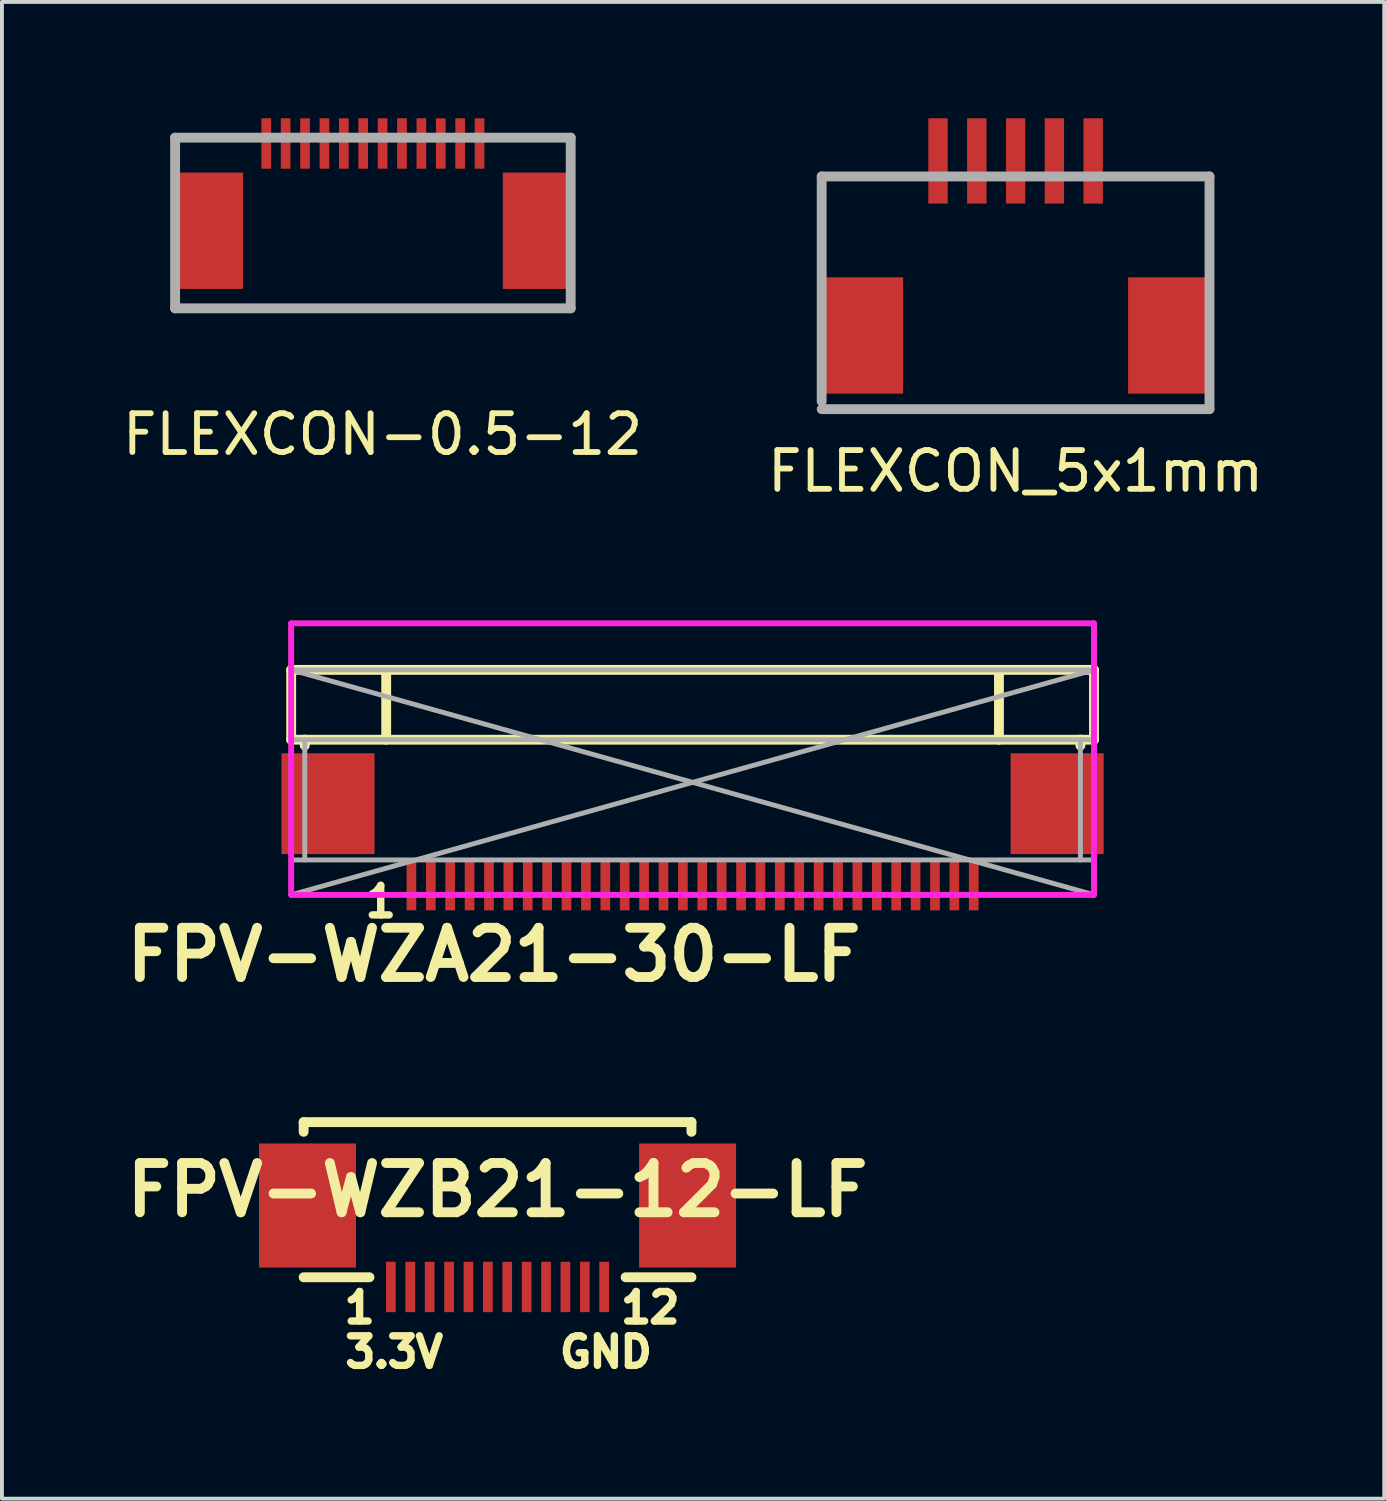
<source format=kicad_pcb>
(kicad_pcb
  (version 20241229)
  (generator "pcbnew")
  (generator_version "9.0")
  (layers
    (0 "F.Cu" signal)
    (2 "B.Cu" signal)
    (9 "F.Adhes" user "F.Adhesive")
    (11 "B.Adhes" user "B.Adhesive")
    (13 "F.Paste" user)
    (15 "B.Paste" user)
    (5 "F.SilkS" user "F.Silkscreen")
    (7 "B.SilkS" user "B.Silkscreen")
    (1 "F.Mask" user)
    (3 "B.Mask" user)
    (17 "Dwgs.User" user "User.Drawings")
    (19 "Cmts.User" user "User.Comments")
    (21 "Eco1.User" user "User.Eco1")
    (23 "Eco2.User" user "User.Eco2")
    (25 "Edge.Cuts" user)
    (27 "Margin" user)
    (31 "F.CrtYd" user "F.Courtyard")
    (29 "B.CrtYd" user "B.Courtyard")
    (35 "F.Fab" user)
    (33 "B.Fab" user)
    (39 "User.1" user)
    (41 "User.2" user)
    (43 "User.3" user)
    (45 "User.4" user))
  (footprint "FLEXCON_5x1mm"
    (layer "F.Cu")
    (at 23.137 7.1)
    (property "Reference" "FLEXCON_5x1mm" (at 0 2 180) (layer "F.SilkS") (effects (font (size 1 1) (thickness 0.15))))
    (attr smd)
    (fp_line (start -5 -5.6) (end -5 0.2) (stroke (width 0.254) (type solid)) (layer "F.Fab"))
    (fp_line (start -5 0.4) (end 5 0.4) (stroke (width 0.254) (type solid)) (layer "F.Fab"))
    (fp_line (start 5 -5.6) (end -5 -5.6) (stroke (width 0.254) (type solid)) (layer "F.Fab"))
    (fp_line (start 5 0.4) (end 5 -5.6) (stroke (width 0.254) (type solid)) (layer "F.Fab"))
    (pad "0" smd rect (at -4 -1.5) (size 2.2 3) (layers "F.Cu" "F.Mask" "F.Paste"))
    (pad "0" smd rect (at 4 -1.5) (size 2.2 3) (layers "F.Cu" "F.Mask" "F.Paste"))
    (pad "1" smd rect (at -2 -6) (size 0.5 2.2) (layers "F.Cu" "F.Mask" "F.Paste"))
    (pad "2" smd rect (at -1 -6) (size 0.5 2.2) (layers "F.Cu" "F.Mask" "F.Paste"))
    (pad "3" smd rect (at 0 -6) (size 0.5 2.2) (layers "F.Cu" "F.Mask" "F.Paste"))
    (pad "4" smd rect (at 1 -6) (size 0.5 2.2) (layers "F.Cu" "F.Mask" "F.Paste"))
    (pad "5" smd rect (at 2 -6) (size 0.5 2.2) (layers "F.Cu" "F.Mask" "F.Paste")))
  (footprint "FPV-WZB21-12-LF"
    (layer "F.Cu")
    (at 9.779 28.384)
    (property "Reference" "FPV-WZB21-12-LF" (at 0 -0.75 0) (layer "F.SilkS") (effects (font (size 1.27 1.27) (thickness 0.254))))
    (attr smd)
    (fp_line (start -5 -2.5) (end -5 -2.25) (stroke (width 0.254) (type solid)) (layer "F.SilkS"))
    (fp_line (start -5 1.5) (end -3.302 1.5) (stroke (width 0.254) (type solid)) (layer "F.SilkS"))
    (fp_line (start 3.302 1.5) (end 5 1.5) (stroke (width 0.254) (type solid)) (layer "F.SilkS"))
    (fp_line (start 5 -2.5) (end -5 -2.5) (stroke (width 0.254) (type solid)) (layer "F.SilkS"))
    (fp_line (start 5 -2.25) (end 5 -2.5) (stroke (width 0.254) (type solid)) (layer "F.SilkS"))
    (fp_text user "3.3V" (at -2.667 3.429 0) (layer "F.SilkS") (effects (font (size 0.762 0.762) (thickness 0.191))))
    (fp_text user "GND" (at 2.794 3.429 0) (layer "F.SilkS") (effects (font (size 0.762 0.762) (thickness 0.191))))
    (fp_text user "12" (at 3.937 2.286 0) (layer "F.SilkS") (effects (font (size 0.762 0.762) (thickness 0.191))))
    (fp_text user "1" (at -3.556 2.286 0) (layer "F.SilkS") (effects (font (size 0.762 0.762) (thickness 0.191))))
    (pad "0" smd rect (at -4.9 -0.35 180) (size 2.5 3.2) (layers "F.Cu" "F.Mask" "F.Paste"))
    (pad "0" smd rect (at 4.9 -0.35 180) (size 2.5 3.2) (layers "F.Cu" "F.Mask" "F.Paste"))
    (pad "1" smd rect (at -2.75 1.75 180) (size 0.25 1.3) (layers "F.Cu" "F.Mask" "F.Paste"))
    (pad "2" smd rect (at -2.25 1.75 180) (size 0.25 1.3) (layers "F.Cu" "F.Mask" "F.Paste"))
    (pad "3" smd rect (at -1.75 1.75 180) (size 0.25 1.3) (layers "F.Cu" "F.Mask" "F.Paste"))
    (pad "4" smd rect (at -1.25 1.75 180) (size 0.25 1.3) (layers "F.Cu" "F.Mask" "F.Paste"))
    (pad "5" smd rect (at -0.75 1.75 180) (size 0.25 1.3) (layers "F.Cu" "F.Mask" "F.Paste"))
    (pad "6" smd rect (at -0.25 1.75 180) (size 0.25 1.3) (layers "F.Cu" "F.Mask" "F.Paste"))
    (pad "7" smd rect (at 0.25 1.75 180) (size 0.25 1.3) (layers "F.Cu" "F.Mask" "F.Paste"))
    (pad "8" smd rect (at 0.75 1.75 180) (size 0.25 1.3) (layers "F.Cu" "F.Mask" "F.Paste"))
    (pad "9" smd rect (at 1.25 1.75 180) (size 0.25 1.3) (layers "F.Cu" "F.Mask" "F.Paste"))
    (pad "10" smd rect (at 1.75 1.75 180) (size 0.25 1.3) (layers "F.Cu" "F.Mask" "F.Paste"))
    (pad "11" smd rect (at 2.25 1.75 180) (size 0.25 1.3) (layers "F.Cu" "F.Mask" "F.Paste"))
    (pad "12" smd rect (at 2.75 1.75 180) (size 0.25 1.3) (layers "F.Cu" "F.Mask" "F.Paste")))
  (footprint "FLEXCON-0.5-12"
    (layer "F.Cu")
    (at 6.565 4.9)
    (property "Reference" "FLEXCON-0.5-12" (at 0.25 3.25 180) (layer "F.SilkS") (effects (font (size 1 1) (thickness 0.15))))
    (attr smd)
    (fp_line (start -5.1 -4.4) (end -5.1 0) (stroke (width 0.254) (type solid)) (layer "F.Fab"))
    (fp_line (start -5.1 0) (end 5.1 0) (stroke (width 0.254) (type solid)) (layer "F.Fab"))
    (fp_line (start 5.1 -4.4) (end -5.1 -4.4) (stroke (width 0.254) (type solid)) (layer "F.Fab"))
    (fp_line (start 5.1 0) (end 5.1 -4.4) (stroke (width 0.254) (type solid)) (layer "F.Fab"))
    (pad "0" smd rect (at -4.25 -2) (size 1.8 3) (layers "F.Cu" "F.Mask" "F.Paste"))
    (pad "0" smd rect (at 4.25 -2) (size 1.8 3) (layers "F.Cu" "F.Mask" "F.Paste"))
    (pad "1" smd rect (at -2.75 -4.25) (size 0.25 1.3) (layers "F.Cu" "F.Mask" "F.Paste"))
    (pad "2" smd rect (at -2.25 -4.25) (size 0.25 1.3) (layers "F.Cu" "F.Mask" "F.Paste"))
    (pad "3" smd rect (at -1.75 -4.25) (size 0.25 1.3) (layers "F.Cu" "F.Mask" "F.Paste"))
    (pad "4" smd rect (at -1.25 -4.25) (size 0.25 1.3) (layers "F.Cu" "F.Mask" "F.Paste"))
    (pad "5" smd rect (at -0.75 -4.25) (size 0.25 1.3) (layers "F.Cu" "F.Mask" "F.Paste"))
    (pad "6" smd rect (at -0.25 -4.25) (size 0.25 1.3) (layers "F.Cu" "F.Mask" "F.Paste"))
    (pad "7" smd rect (at 0.25 -4.25) (size 0.25 1.3) (layers "F.Cu" "F.Mask" "F.Paste"))
    (pad "8" smd rect (at 0.75 -4.25) (size 0.25 1.3) (layers "F.Cu" "F.Mask" "F.Paste"))
    (pad "9" smd rect (at 1.25 -4.25) (size 0.25 1.3) (layers "F.Cu" "F.Mask" "F.Paste"))
    (pad "10" smd rect (at 1.75 -4.25) (size 0.25 1.3) (layers "F.Cu" "F.Mask" "F.Paste"))
    (pad "11" smd rect (at 2.25 -4.25) (size 0.25 1.3) (layers "F.Cu" "F.Mask" "F.Paste"))
    (pad "12" smd rect (at 2.75 -4.25) (size 0.25 1.3) (layers "F.Cu" "F.Mask" "F.Paste")))
  (footprint "FPV-WZA21-30-LF"
    (layer "F.Cu")
    (at 14.808 17.123)
    (property "Reference" "FPV-WZA21-30-LF" (at -5.12 4.445 0) (layer "F.SilkS") (effects (font (size 1.27 1.27) (thickness 0.254))))
    (attr smd)
    (fp_line (start -10.35 -4.1) (end 10.35 -4.1) (stroke (width 0.127) (type solid)) (layer "F.SilkS"))
    (fp_line (start -10.35 -2.9) (end -10.35 -4.1) (stroke (width 0.127) (type solid)) (layer "F.SilkS"))
    (fp_line (start -10.35 -2.9) (end -10.35 -1.1) (stroke (width 0.254) (type solid)) (layer "F.SilkS"))
    (fp_line (start -10.35 -2.9) (end 10.35 -2.9) (stroke (width 0.254) (type solid)) (layer "F.SilkS"))
    (fp_line (start -10.35 -1.1) (end -10 -1.1) (stroke (width 0.254) (type solid)) (layer "F.SilkS"))
    (fp_line (start -10 -1.1) (end -10 -0.95) (stroke (width 0.254) (type solid)) (layer "F.SilkS"))
    (fp_line (start -10 -1.1) (end 10 -1.1) (stroke (width 0.254) (type solid)) (layer "F.SilkS"))
    (fp_line (start -7.9 -2.9) (end -7.9 -1.1) (stroke (width 0.254) (type solid)) (layer "F.SilkS"))
    (fp_line (start 7.9 -2.9) (end 7.9 -1.1) (stroke (width 0.254) (type solid)) (layer "F.SilkS"))
    (fp_line (start 10 -1.1) (end 10 -0.95) (stroke (width 0.254) (type solid)) (layer "F.SilkS"))
    (fp_line (start 10.35 -4.1) (end 10.35 -2.9) (stroke (width 0.127) (type solid)) (layer "F.SilkS"))
    (fp_line (start 10.35 -2.9) (end 10.35 -1.1) (stroke (width 0.254) (type solid)) (layer "F.SilkS"))
    (fp_line (start 10.35 -1.1) (end 10 -1.1) (stroke (width 0.254) (type solid)) (layer "F.SilkS"))
    (fp_line (start -10.35 -4.1) (end 10.35 -4.1) (stroke (width 0.15) (type solid)) (layer "F.CrtYd"))
    (fp_line (start -10.35 2.9) (end 10.35 2.9) (stroke (width 0.15) (type solid)) (layer "F.CrtYd"))
    (fp_line (start -10.35 2.9) (end -10.35 -4.1) (stroke (width 0.15) (type solid)) (layer "F.CrtYd"))
    (fp_line (start 10.35 -4.1) (end 10.35 2.9) (stroke (width 0.15) (type solid)) (layer "F.CrtYd"))
    (fp_line (start -10.35 -2.9) (end 10.35 -2.9) (stroke (width 0.127) (type solid)) (layer "F.Fab"))
    (fp_line (start -10.35 -2.9) (end 10.35 2.9) (stroke (width 0.127) (type solid)) (layer "F.Fab"))
    (fp_line (start -10.35 -1.1) (end 10.35 -1.1) (stroke (width 0.127) (type solid)) (layer "F.Fab"))
    (fp_line (start -10.35 2) (end 10.35 2) (stroke (width 0.127) (type solid)) (layer "F.Fab"))
    (fp_line (start -10.35 2.9) (end -10.35 -2.9) (stroke (width 0.127) (type solid)) (layer "F.Fab"))
    (fp_line (start -10 -1.1) (end -10 2) (stroke (width 0.127) (type solid)) (layer "F.Fab"))
    (fp_line (start 10 -1.1) (end 10 2) (stroke (width 0.127) (type solid)) (layer "F.Fab"))
    (fp_line (start 10.35 -2.9) (end -10.35 2.9) (stroke (width 0.127) (type solid)) (layer "F.Fab"))
    (fp_line (start 10.35 -2.9) (end 10.35 2.9) (stroke (width 0.127) (type solid)) (layer "F.Fab"))
    (fp_line (start 10.35 2.9) (end -10.35 2.9) (stroke (width 0.127) (type solid)) (layer "F.Fab"))
    (fp_text user "1" (at -8.041 3.075 0) (layer "F.SilkS") (effects (font (size 0.762 0.762) (thickness 0.191))))
    (pad "0" smd rect (at -9.4 0.55 180) (size 2.4 2.6) (layers "F.Cu" "F.Mask" "F.Paste"))
    (pad "0" smd rect (at 9.4 0.55 180) (size 2.4 2.6) (layers "F.Cu" "F.Mask" "F.Paste"))
    (pad "1" smd rect (at -7.25 2.65 180) (size 0.25 1.3) (layers "F.Cu" "F.Mask" "F.Paste"))
    (pad "2" smd rect (at -6.75 2.65 180) (size 0.25 1.3) (layers "F.Cu" "F.Mask" "F.Paste"))
    (pad "3" smd rect (at -6.25 2.65 180) (size 0.25 1.3) (layers "F.Cu" "F.Mask" "F.Paste"))
    (pad "4" smd rect (at -5.75 2.65 180) (size 0.25 1.3) (layers "F.Cu" "F.Mask" "F.Paste"))
    (pad "5" smd rect (at -5.25 2.65 180) (size 0.25 1.3) (layers "F.Cu" "F.Mask" "F.Paste"))
    (pad "6" smd rect (at -4.75 2.65 180) (size 0.25 1.3) (layers "F.Cu" "F.Mask" "F.Paste"))
    (pad "7" smd rect (at -4.25 2.65 180) (size 0.25 1.3) (layers "F.Cu" "F.Mask" "F.Paste"))
    (pad "8" smd rect (at -3.75 2.65 180) (size 0.25 1.3) (layers "F.Cu" "F.Mask" "F.Paste"))
    (pad "9" smd rect (at -3.25 2.65 180) (size 0.25 1.3) (layers "F.Cu" "F.Mask" "F.Paste"))
    (pad "10" smd rect (at -2.75 2.65 180) (size 0.25 1.3) (layers "F.Cu" "F.Mask" "F.Paste"))
    (pad "11" smd rect (at -2.25 2.65 180) (size 0.25 1.3) (layers "F.Cu" "F.Mask" "F.Paste"))
    (pad "12" smd rect (at -1.75 2.65 180) (size 0.25 1.3) (layers "F.Cu" "F.Mask" "F.Paste"))
    (pad "13" smd rect (at -1.25 2.65 180) (size 0.25 1.3) (layers "F.Cu" "F.Mask" "F.Paste"))
    (pad "14" smd rect (at -0.75 2.65 180) (size 0.25 1.3) (layers "F.Cu" "F.Mask" "F.Paste"))
    (pad "15" smd rect (at -0.25 2.65 180) (size 0.25 1.3) (layers "F.Cu" "F.Mask" "F.Paste"))
    (pad "16" smd rect (at 0.25 2.65 180) (size 0.25 1.3) (layers "F.Cu" "F.Mask" "F.Paste"))
    (pad "17" smd rect (at 0.75 2.65 180) (size 0.25 1.3) (layers "F.Cu" "F.Mask" "F.Paste"))
    (pad "18" smd rect (at 1.25 2.65 180) (size 0.25 1.3) (layers "F.Cu" "F.Mask" "F.Paste"))
    (pad "19" smd rect (at 1.75 2.65 180) (size 0.25 1.3) (layers "F.Cu" "F.Mask" "F.Paste"))
    (pad "20" smd rect (at 2.25 2.65 180) (size 0.25 1.3) (layers "F.Cu" "F.Mask" "F.Paste"))
    (pad "21" smd rect (at 2.75 2.65 180) (size 0.25 1.3) (layers "F.Cu" "F.Mask" "F.Paste"))
    (pad "22" smd rect (at 3.25 2.65 180) (size 0.25 1.3) (layers "F.Cu" "F.Mask" "F.Paste"))
    (pad "23" smd rect (at 3.75 2.65 180) (size 0.25 1.3) (layers "F.Cu" "F.Mask" "F.Paste"))
    (pad "24" smd rect (at 4.25 2.65 180) (size 0.25 1.3) (layers "F.Cu" "F.Mask" "F.Paste"))
    (pad "25" smd rect (at 4.75 2.65 180) (size 0.25 1.3) (layers "F.Cu" "F.Mask" "F.Paste"))
    (pad "26" smd rect (at 5.25 2.65 180) (size 0.25 1.3) (layers "F.Cu" "F.Mask" "F.Paste"))
    (pad "27" smd rect (at 5.75 2.65 180) (size 0.25 1.3) (layers "F.Cu" "F.Mask" "F.Paste"))
    (pad "28" smd rect (at 6.25 2.65 180) (size 0.25 1.3) (layers "F.Cu" "F.Mask" "F.Paste"))
    (pad "29" smd rect (at 6.75 2.65 180) (size 0.25 1.3) (layers "F.Cu" "F.Mask" "F.Paste"))
    (pad "30" smd rect (at 7.25 2.65 180) (size 0.25 1.3) (layers "F.Cu" "F.Mask" "F.Paste")))
  (gr_rect
    (start -3 -3)
    (end 32.643 35.593)
    (stroke (width 0.1) (type default))
    (fill no)
    (layer "Edge.Cuts")))
</source>
